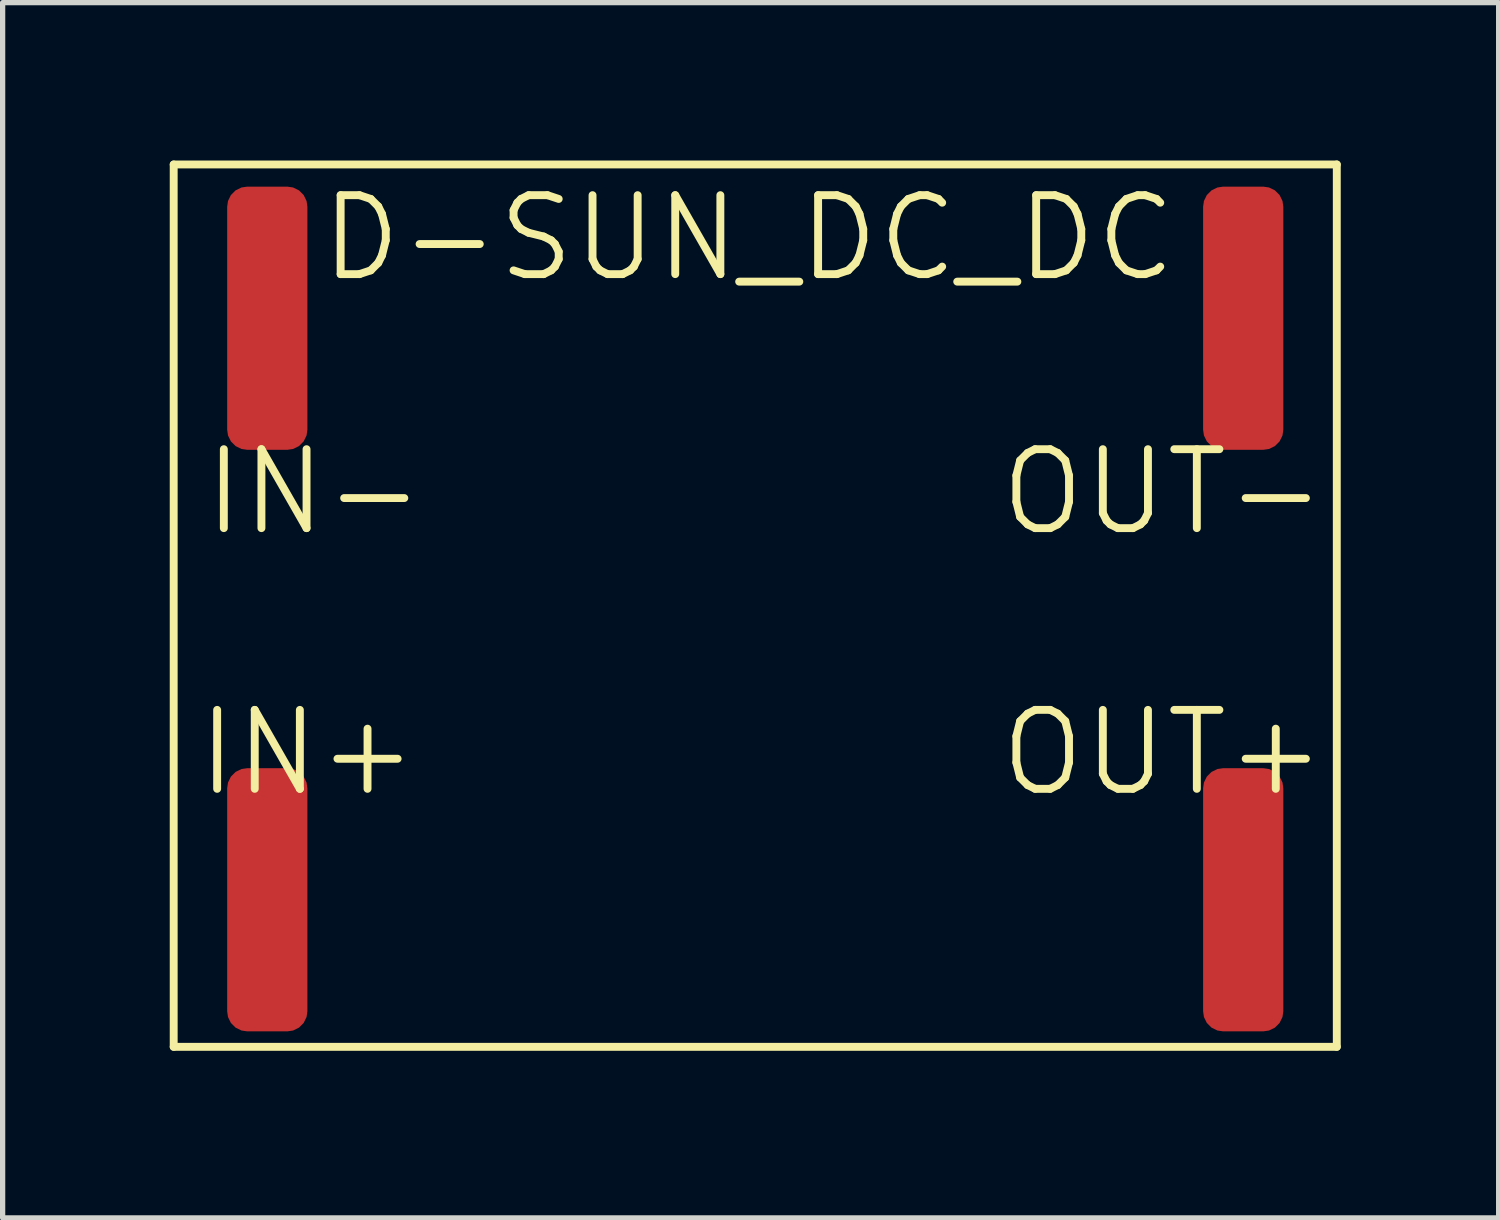
<source format=kicad_pcb>
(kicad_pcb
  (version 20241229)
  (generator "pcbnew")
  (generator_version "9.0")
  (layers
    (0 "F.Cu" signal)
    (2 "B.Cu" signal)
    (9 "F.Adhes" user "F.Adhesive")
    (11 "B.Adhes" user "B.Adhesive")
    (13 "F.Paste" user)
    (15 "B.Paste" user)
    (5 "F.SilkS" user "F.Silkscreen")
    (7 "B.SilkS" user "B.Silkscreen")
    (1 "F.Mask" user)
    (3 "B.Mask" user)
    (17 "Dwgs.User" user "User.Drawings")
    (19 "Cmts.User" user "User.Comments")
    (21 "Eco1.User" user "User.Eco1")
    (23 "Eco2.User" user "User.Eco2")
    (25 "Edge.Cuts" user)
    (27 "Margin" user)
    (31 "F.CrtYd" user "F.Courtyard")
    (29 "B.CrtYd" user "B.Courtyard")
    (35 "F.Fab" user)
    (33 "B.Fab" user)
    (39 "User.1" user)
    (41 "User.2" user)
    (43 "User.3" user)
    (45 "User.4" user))
  (footprint "D-SUN_DC_DC"
    (layer "F.Cu")
    (at 0.25 16.839)
    (property "Reference" "D-SUN_DC_DC" (at 10.922 -15.367 0) (layer "F.SilkS") (effects (font (size 1.5 1.5) (thickness 0.15))))
    (attr through_hole)
    (fp_line (start 0 -16.764) (end 0 0) (stroke (width 0.15) (type solid)) (layer "F.SilkS"))
    (fp_line (start 0 0) (end 22.098 0) (stroke (width 0.15) (type solid)) (layer "F.SilkS"))
    (fp_line (start 22.098 -16.764) (end 0 -16.764) (stroke (width 0.15) (type solid)) (layer "F.SilkS"))
    (fp_line (start 22.098 0) (end 22.098 -16.764) (stroke (width 0.15) (type solid)) (layer "F.SilkS"))
    (fp_text user "OUT-" (at 18.796 -10.541 0) (layer "F.SilkS") (effects (font (size 1.5 1.5) (thickness 0.15))))
    (fp_text user "IN-" (at 2.667 -10.541 0) (layer "F.SilkS") (effects (font (size 1.5 1.5) (thickness 0.15))))
    (fp_text user "OUT+" (at 18.796 -5.588 0) (layer "F.SilkS") (effects (font (size 1.5 1.5) (thickness 0.15))))
    (fp_text user "IN+" (at 2.54 -5.588 0) (layer "F.SilkS") (effects (font (size 1.5 1.5) (thickness 0.15))))
    (pad "1" smd roundrect (at 1.778 -2.794) (size 1.524 5) (layers "F.Cu" "F.Mask" "F.Paste") (roundrect_rratio 0.25))
    (pad "2" smd roundrect (at 1.778 -13.843) (size 1.524 5) (layers "F.Cu" "F.Mask" "F.Paste") (roundrect_rratio 0.25))
    (pad "3" smd roundrect (at 20.32 -2.794) (size 1.524 5) (layers "F.Cu" "F.Mask" "F.Paste") (roundrect_rratio 0.25))
    (pad "4" smd roundrect (at 20.32 -13.843) (size 1.524 5) (layers "F.Cu" "F.Mask" "F.Paste") (roundrect_rratio 0.25)))
  (gr_rect
    (start -3 -3)
    (end 25.423 20.089)
    (stroke (width 0.1) (type default))
    (fill no)
    (layer "Edge.Cuts")))
</source>
